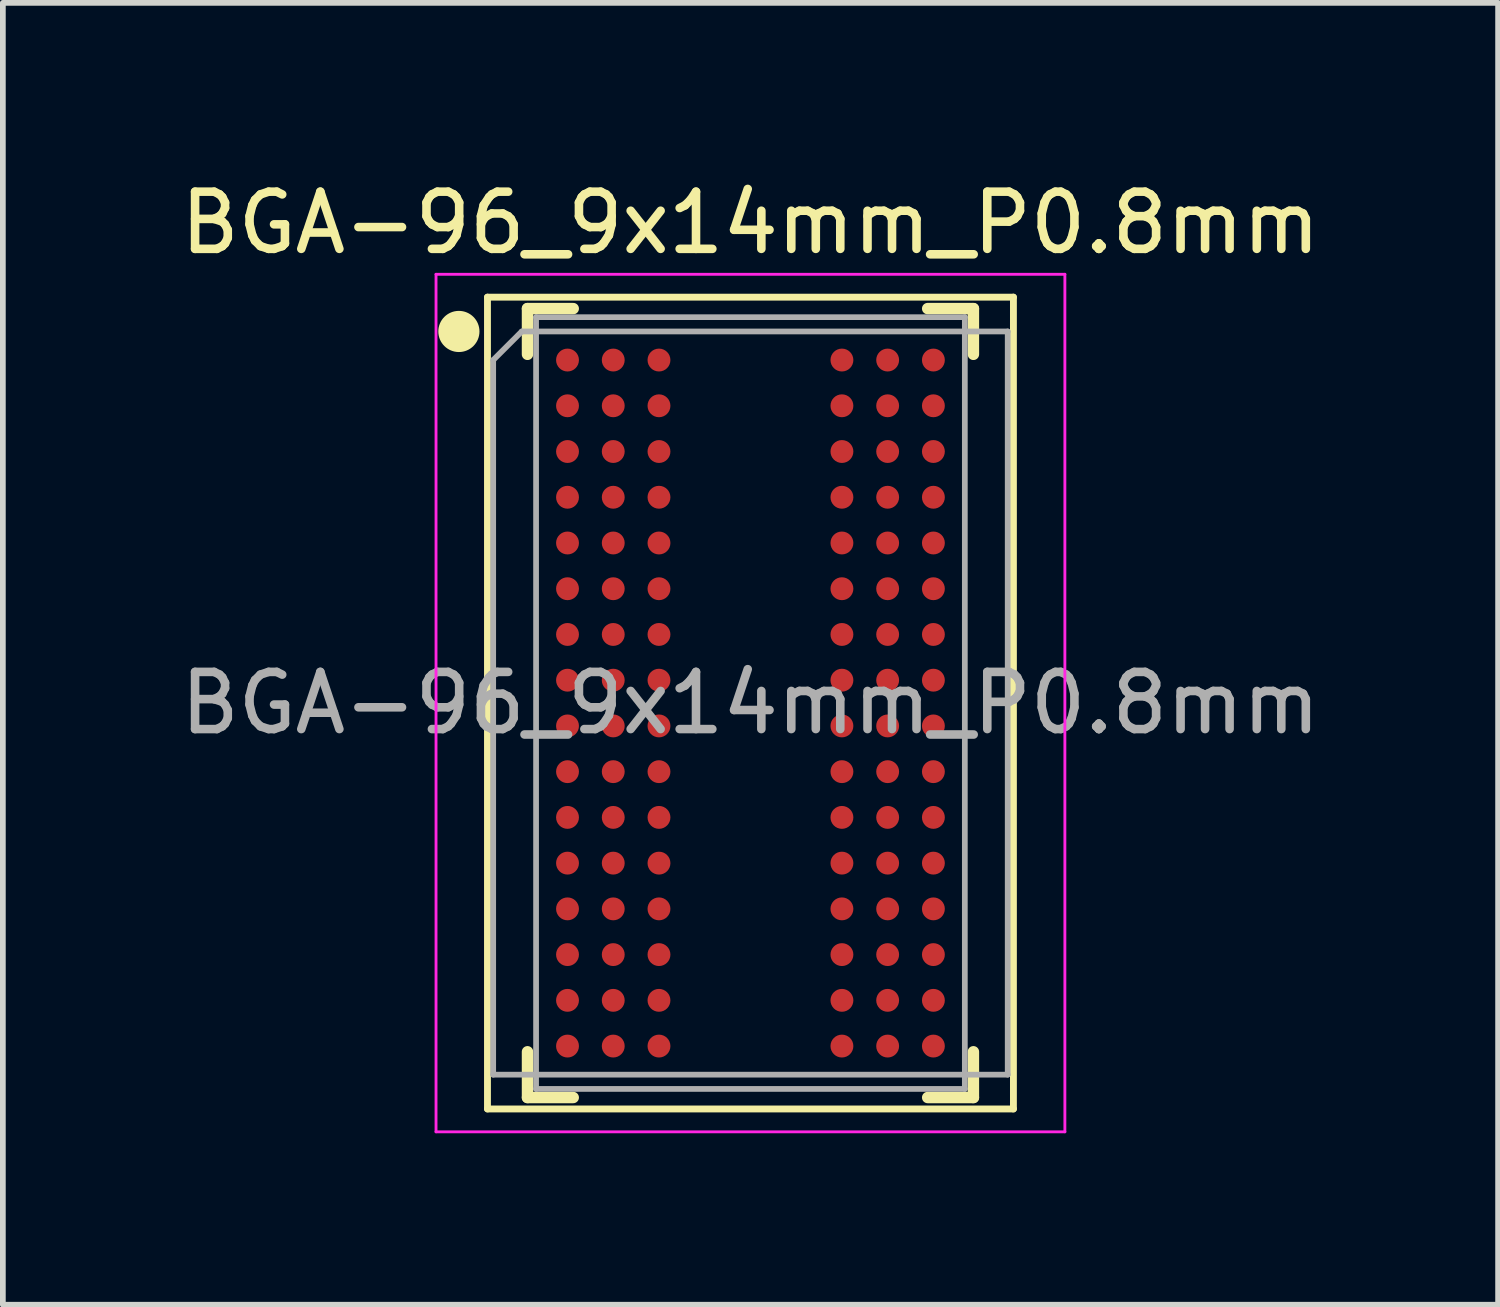
<source format=kicad_pcb>
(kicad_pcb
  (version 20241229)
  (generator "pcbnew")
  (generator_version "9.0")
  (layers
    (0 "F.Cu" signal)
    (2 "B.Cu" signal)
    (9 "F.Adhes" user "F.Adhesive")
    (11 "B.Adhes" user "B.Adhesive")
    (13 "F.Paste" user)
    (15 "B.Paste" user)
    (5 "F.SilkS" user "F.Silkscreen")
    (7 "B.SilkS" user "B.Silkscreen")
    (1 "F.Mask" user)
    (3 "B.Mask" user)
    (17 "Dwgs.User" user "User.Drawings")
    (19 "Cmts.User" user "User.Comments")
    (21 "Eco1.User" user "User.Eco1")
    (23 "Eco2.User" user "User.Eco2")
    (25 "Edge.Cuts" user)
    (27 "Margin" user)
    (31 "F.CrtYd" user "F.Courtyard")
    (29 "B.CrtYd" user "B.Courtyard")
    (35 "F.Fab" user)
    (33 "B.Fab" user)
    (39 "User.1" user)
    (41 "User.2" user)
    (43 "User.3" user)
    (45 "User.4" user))
  (footprint "BGA-96_9x14mm_P0.8mm"
    (layer "F.Cu")
    (at 10.077 9.248)
    (property "Reference" "BGA-96_9x14mm_P0.8mm" (at 0 -8.4 0) (layer "F.SilkS") (effects (font (size 1 1) (thickness 0.15))))
    (attr smd)
    (fp_line (start -4.6 -7.1) (end -4.6 7.1) (stroke (width 0.12) (type solid)) (layer "F.SilkS"))
    (fp_line (start -4.6 7.1) (end 4.6 7.1) (stroke (width 0.12) (type solid)) (layer "F.SilkS"))
    (fp_line (start -3.9 -6.9) (end -3.9 -6.1) (stroke (width 0.2) (type solid)) (layer "F.SilkS"))
    (fp_line (start -3.9 6.1) (end -3.9 6.9) (stroke (width 0.2) (type solid)) (layer "F.SilkS"))
    (fp_line (start -3.9 6.9) (end -3.1 6.9) (stroke (width 0.2) (type solid)) (layer "F.SilkS"))
    (fp_line (start -3.1 -6.9) (end -3.9 -6.9) (stroke (width 0.2) (type solid)) (layer "F.SilkS"))
    (fp_line (start 3.1 6.9) (end 3.9 6.9) (stroke (width 0.2) (type solid)) (layer "F.SilkS"))
    (fp_line (start 3.9 -6.9) (end 3.1 -6.9) (stroke (width 0.2) (type solid)) (layer "F.SilkS"))
    (fp_line (start 3.9 -6.1) (end 3.9 -6.9) (stroke (width 0.2) (type solid)) (layer "F.SilkS"))
    (fp_line (start 3.9 6.9) (end 3.9 6.1) (stroke (width 0.2) (type solid)) (layer "F.SilkS"))
    (fp_line (start 4.6 -7.1) (end -4.6 -7.1) (stroke (width 0.12) (type solid)) (layer "F.SilkS"))
    (fp_line (start 4.6 7.1) (end 4.6 -7.1) (stroke (width 0.12) (type solid)) (layer "F.SilkS"))
    (fp_circle (center -5.1 -6.5) (end -4.8 -6.5) (stroke (width 0.12) (type solid)) (fill yes) (layer "F.SilkS"))
    (fp_line (start -5.5 -7.5) (end -5.5 7.5) (stroke (width 0.05) (type solid)) (layer "F.CrtYd"))
    (fp_line (start -5.5 -7.5) (end 5.5 -7.5) (stroke (width 0.05) (type solid)) (layer "F.CrtYd"))
    (fp_line (start 5.5 7.5) (end -5.5 7.5) (stroke (width 0.05) (type solid)) (layer "F.CrtYd"))
    (fp_line (start 5.5 7.5) (end 5.5 -7.5) (stroke (width 0.05) (type solid)) (layer "F.CrtYd"))
    (fp_line (start -4.5 -6) (end -4.5 6.5) (stroke (width 0.1) (type solid)) (layer "F.Fab"))
    (fp_line (start -4.5 6.5) (end 4.5 6.5) (stroke (width 0.1) (type solid)) (layer "F.Fab"))
    (fp_line (start -4 -6.5) (end -4.5 -6) (stroke (width 0.1) (type solid)) (layer "F.Fab"))
    (fp_line (start -3.75 -6.75) (end 3.75 -6.75) (stroke (width 0.1) (type solid)) (layer "F.Fab"))
    (fp_line (start -3.75 6.75) (end -3.75 -6.75) (stroke (width 0.1) (type solid)) (layer "F.Fab"))
    (fp_line (start 3.75 -6.75) (end 3.75 6.75) (stroke (width 0.1) (type solid)) (layer "F.Fab"))
    (fp_line (start 3.75 6.75) (end -3.75 6.75) (stroke (width 0.1) (type solid)) (layer "F.Fab"))
    (fp_line (start 4.5 -6.5) (end -4 -6.5) (stroke (width 0.1) (type solid)) (layer "F.Fab"))
    (fp_line (start 4.5 6.5) (end 4.5 -6.5) (stroke (width 0.1) (type solid)) (layer "F.Fab"))
    (fp_text user "${REFERENCE}" (at 0 0 0) (layer "F.Fab") (effects (font (size 1 1) (thickness 0.15))))
    (pad "A1" smd circle (at -3.2 -6) (size 0.4 0.4) (layers "F.Cu" "F.Mask" "F.Paste"))
    (pad "A2" smd circle (at -2.4 -6) (size 0.4 0.4) (layers "F.Cu" "F.Mask" "F.Paste"))
    (pad "A3" smd circle (at -1.6 -6) (size 0.4 0.4) (layers "F.Cu" "F.Mask" "F.Paste"))
    (pad "A7" smd circle (at 1.6 -6) (size 0.4 0.4) (layers "F.Cu" "F.Mask" "F.Paste"))
    (pad "A8" smd circle (at 2.4 -6) (size 0.4 0.4) (layers "F.Cu" "F.Mask" "F.Paste"))
    (pad "A9" smd circle (at 3.2 -6) (size 0.4 0.4) (layers "F.Cu" "F.Mask" "F.Paste"))
    (pad "B1" smd circle (at -3.2 -5.2) (size 0.4 0.4) (layers "F.Cu" "F.Mask" "F.Paste"))
    (pad "B2" smd circle (at -2.4 -5.2) (size 0.4 0.4) (layers "F.Cu" "F.Mask" "F.Paste"))
    (pad "B3" smd circle (at -1.6 -5.2) (size 0.4 0.4) (layers "F.Cu" "F.Mask" "F.Paste"))
    (pad "B7" smd circle (at 1.6 -5.2) (size 0.4 0.4) (layers "F.Cu" "F.Mask" "F.Paste"))
    (pad "B8" smd circle (at 2.4 -5.2) (size 0.4 0.4) (layers "F.Cu" "F.Mask" "F.Paste"))
    (pad "B9" smd circle (at 3.2 -5.2) (size 0.4 0.4) (layers "F.Cu" "F.Mask" "F.Paste"))
    (pad "C1" smd circle (at -3.2 -4.4) (size 0.4 0.4) (layers "F.Cu" "F.Mask" "F.Paste"))
    (pad "C2" smd circle (at -2.4 -4.4) (size 0.4 0.4) (layers "F.Cu" "F.Mask" "F.Paste"))
    (pad "C3" smd circle (at -1.6 -4.4) (size 0.4 0.4) (layers "F.Cu" "F.Mask" "F.Paste"))
    (pad "C7" smd circle (at 1.6 -4.4) (size 0.4 0.4) (layers "F.Cu" "F.Mask" "F.Paste"))
    (pad "C8" smd circle (at 2.4 -4.4) (size 0.4 0.4) (layers "F.Cu" "F.Mask" "F.Paste"))
    (pad "C9" smd circle (at 3.2 -4.4) (size 0.4 0.4) (layers "F.Cu" "F.Mask" "F.Paste"))
    (pad "D1" smd circle (at -3.2 -3.6) (size 0.4 0.4) (layers "F.Cu" "F.Mask" "F.Paste"))
    (pad "D2" smd circle (at -2.4 -3.6) (size 0.4 0.4) (layers "F.Cu" "F.Mask" "F.Paste"))
    (pad "D3" smd circle (at -1.6 -3.6) (size 0.4 0.4) (layers "F.Cu" "F.Mask" "F.Paste"))
    (pad "D7" smd circle (at 1.6 -3.6) (size 0.4 0.4) (layers "F.Cu" "F.Mask" "F.Paste"))
    (pad "D8" smd circle (at 2.4 -3.6) (size 0.4 0.4) (layers "F.Cu" "F.Mask" "F.Paste"))
    (pad "D9" smd circle (at 3.2 -3.6) (size 0.4 0.4) (layers "F.Cu" "F.Mask" "F.Paste"))
    (pad "E1" smd circle (at -3.2 -2.8) (size 0.4 0.4) (layers "F.Cu" "F.Mask" "F.Paste"))
    (pad "E2" smd circle (at -2.4 -2.8) (size 0.4 0.4) (layers "F.Cu" "F.Mask" "F.Paste"))
    (pad "E3" smd circle (at -1.6 -2.8) (size 0.4 0.4) (layers "F.Cu" "F.Mask" "F.Paste"))
    (pad "E7" smd circle (at 1.6 -2.8) (size 0.4 0.4) (layers "F.Cu" "F.Mask" "F.Paste"))
    (pad "E8" smd circle (at 2.4 -2.8) (size 0.4 0.4) (layers "F.Cu" "F.Mask" "F.Paste"))
    (pad "E9" smd circle (at 3.2 -2.8) (size 0.4 0.4) (layers "F.Cu" "F.Mask" "F.Paste"))
    (pad "F1" smd circle (at -3.2 -2) (size 0.4 0.4) (layers "F.Cu" "F.Mask" "F.Paste"))
    (pad "F2" smd circle (at -2.4 -2) (size 0.4 0.4) (layers "F.Cu" "F.Mask" "F.Paste"))
    (pad "F3" smd circle (at -1.6 -2) (size 0.4 0.4) (layers "F.Cu" "F.Mask" "F.Paste"))
    (pad "F7" smd circle (at 1.6 -2) (size 0.4 0.4) (layers "F.Cu" "F.Mask" "F.Paste"))
    (pad "F8" smd circle (at 2.4 -2) (size 0.4 0.4) (layers "F.Cu" "F.Mask" "F.Paste"))
    (pad "F9" smd circle (at 3.2 -2) (size 0.4 0.4) (layers "F.Cu" "F.Mask" "F.Paste"))
    (pad "G1" smd circle (at -3.2 -1.2) (size 0.4 0.4) (layers "F.Cu" "F.Mask" "F.Paste"))
    (pad "G2" smd circle (at -2.4 -1.2) (size 0.4 0.4) (layers "F.Cu" "F.Mask" "F.Paste"))
    (pad "G3" smd circle (at -1.6 -1.2) (size 0.4 0.4) (layers "F.Cu" "F.Mask" "F.Paste"))
    (pad "G7" smd circle (at 1.6 -1.2) (size 0.4 0.4) (layers "F.Cu" "F.Mask" "F.Paste"))
    (pad "G8" smd circle (at 2.4 -1.2) (size 0.4 0.4) (layers "F.Cu" "F.Mask" "F.Paste"))
    (pad "G9" smd circle (at 3.2 -1.2) (size 0.4 0.4) (layers "F.Cu" "F.Mask" "F.Paste"))
    (pad "H1" smd circle (at -3.2 -0.4) (size 0.4 0.4) (layers "F.Cu" "F.Mask" "F.Paste"))
    (pad "H2" smd circle (at -2.4 -0.4) (size 0.4 0.4) (layers "F.Cu" "F.Mask" "F.Paste"))
    (pad "H3" smd circle (at -1.6 -0.4) (size 0.4 0.4) (layers "F.Cu" "F.Mask" "F.Paste"))
    (pad "H7" smd circle (at 1.6 -0.4) (size 0.4 0.4) (layers "F.Cu" "F.Mask" "F.Paste"))
    (pad "H8" smd circle (at 2.4 -0.4) (size 0.4 0.4) (layers "F.Cu" "F.Mask" "F.Paste"))
    (pad "H9" smd circle (at 3.2 -0.4) (size 0.4 0.4) (layers "F.Cu" "F.Mask" "F.Paste"))
    (pad "J1" smd circle (at -3.2 0.4) (size 0.4 0.4) (layers "F.Cu" "F.Mask" "F.Paste"))
    (pad "J2" smd circle (at -2.4 0.4) (size 0.4 0.4) (layers "F.Cu" "F.Mask" "F.Paste"))
    (pad "J3" smd circle (at -1.6 0.4) (size 0.4 0.4) (layers "F.Cu" "F.Mask" "F.Paste"))
    (pad "J7" smd circle (at 1.6 0.4) (size 0.4 0.4) (layers "F.Cu" "F.Mask" "F.Paste"))
    (pad "J8" smd circle (at 2.4 0.4) (size 0.4 0.4) (layers "F.Cu" "F.Mask" "F.Paste"))
    (pad "J9" smd circle (at 3.2 0.4) (size 0.4 0.4) (layers "F.Cu" "F.Mask" "F.Paste"))
    (pad "K1" smd circle (at -3.2 1.2) (size 0.4 0.4) (layers "F.Cu" "F.Mask" "F.Paste"))
    (pad "K2" smd circle (at -2.4 1.2) (size 0.4 0.4) (layers "F.Cu" "F.Mask" "F.Paste"))
    (pad "K3" smd circle (at -1.6 1.2) (size 0.4 0.4) (layers "F.Cu" "F.Mask" "F.Paste"))
    (pad "K7" smd circle (at 1.6 1.2) (size 0.4 0.4) (layers "F.Cu" "F.Mask" "F.Paste"))
    (pad "K8" smd circle (at 2.4 1.2) (size 0.4 0.4) (layers "F.Cu" "F.Mask" "F.Paste"))
    (pad "K9" smd circle (at 3.2 1.2) (size 0.4 0.4) (layers "F.Cu" "F.Mask" "F.Paste"))
    (pad "L1" smd circle (at -3.2 2) (size 0.4 0.4) (layers "F.Cu" "F.Mask" "F.Paste"))
    (pad "L2" smd circle (at -2.4 2) (size 0.4 0.4) (layers "F.Cu" "F.Mask" "F.Paste"))
    (pad "L3" smd circle (at -1.6 2) (size 0.4 0.4) (layers "F.Cu" "F.Mask" "F.Paste"))
    (pad "L7" smd circle (at 1.6 2) (size 0.4 0.4) (layers "F.Cu" "F.Mask" "F.Paste"))
    (pad "L8" smd circle (at 2.4 2) (size 0.4 0.4) (layers "F.Cu" "F.Mask" "F.Paste"))
    (pad "L9" smd circle (at 3.2 2) (size 0.4 0.4) (layers "F.Cu" "F.Mask" "F.Paste"))
    (pad "M1" smd circle (at -3.2 2.8) (size 0.4 0.4) (layers "F.Cu" "F.Mask" "F.Paste"))
    (pad "M2" smd circle (at -2.4 2.8) (size 0.4 0.4) (layers "F.Cu" "F.Mask" "F.Paste"))
    (pad "M3" smd circle (at -1.6 2.8) (size 0.4 0.4) (layers "F.Cu" "F.Mask" "F.Paste"))
    (pad "M7" smd circle (at 1.6 2.8) (size 0.4 0.4) (layers "F.Cu" "F.Mask" "F.Paste"))
    (pad "M8" smd circle (at 2.4 2.8) (size 0.4 0.4) (layers "F.Cu" "F.Mask" "F.Paste"))
    (pad "M9" smd circle (at 3.2 2.8) (size 0.4 0.4) (layers "F.Cu" "F.Mask" "F.Paste"))
    (pad "N1" smd circle (at -3.2 3.6) (size 0.4 0.4) (layers "F.Cu" "F.Mask" "F.Paste"))
    (pad "N2" smd circle (at -2.4 3.6) (size 0.4 0.4) (layers "F.Cu" "F.Mask" "F.Paste"))
    (pad "N3" smd circle (at -1.6 3.6) (size 0.4 0.4) (layers "F.Cu" "F.Mask" "F.Paste"))
    (pad "N7" smd circle (at 1.6 3.6) (size 0.4 0.4) (layers "F.Cu" "F.Mask" "F.Paste"))
    (pad "N8" smd circle (at 2.4 3.6) (size 0.4 0.4) (layers "F.Cu" "F.Mask" "F.Paste"))
    (pad "N9" smd circle (at 3.2 3.6) (size 0.4 0.4) (layers "F.Cu" "F.Mask" "F.Paste"))
    (pad "P1" smd circle (at -3.2 4.4) (size 0.4 0.4) (layers "F.Cu" "F.Mask" "F.Paste"))
    (pad "P2" smd circle (at -2.4 4.4) (size 0.4 0.4) (layers "F.Cu" "F.Mask" "F.Paste"))
    (pad "P3" smd circle (at -1.6 4.4) (size 0.4 0.4) (layers "F.Cu" "F.Mask" "F.Paste"))
    (pad "P7" smd circle (at 1.6 4.4) (size 0.4 0.4) (layers "F.Cu" "F.Mask" "F.Paste"))
    (pad "P8" smd circle (at 2.4 4.4) (size 0.4 0.4) (layers "F.Cu" "F.Mask" "F.Paste"))
    (pad "P9" smd circle (at 3.2 4.4) (size 0.4 0.4) (layers "F.Cu" "F.Mask" "F.Paste"))
    (pad "R1" smd circle (at -3.2 5.2) (size 0.4 0.4) (layers "F.Cu" "F.Mask" "F.Paste"))
    (pad "R2" smd circle (at -2.4 5.2) (size 0.4 0.4) (layers "F.Cu" "F.Mask" "F.Paste"))
    (pad "R3" smd circle (at -1.6 5.2) (size 0.4 0.4) (layers "F.Cu" "F.Mask" "F.Paste"))
    (pad "R7" smd circle (at 1.6 5.2) (size 0.4 0.4) (layers "F.Cu" "F.Mask" "F.Paste"))
    (pad "R8" smd circle (at 2.4 5.2) (size 0.4 0.4) (layers "F.Cu" "F.Mask" "F.Paste"))
    (pad "R9" smd circle (at 3.2 5.2) (size 0.4 0.4) (layers "F.Cu" "F.Mask" "F.Paste"))
    (pad "T1" smd circle (at -3.2 6) (size 0.4 0.4) (layers "F.Cu" "F.Mask" "F.Paste"))
    (pad "T2" smd circle (at -2.4 6) (size 0.4 0.4) (layers "F.Cu" "F.Mask" "F.Paste"))
    (pad "T3" smd circle (at -1.6 6) (size 0.4 0.4) (layers "F.Cu" "F.Mask" "F.Paste"))
    (pad "T7" smd circle (at 1.6 6) (size 0.4 0.4) (layers "F.Cu" "F.Mask" "F.Paste"))
    (pad "T8" smd circle (at 2.4 6) (size 0.4 0.4) (layers "F.Cu" "F.Mask" "F.Paste"))
    (pad "T9" smd circle (at 3.2 6) (size 0.4 0.4) (layers "F.Cu" "F.Mask" "F.Paste")))
  (gr_rect
    (start -3 -3)
    (end 23.155 19.773)
    (stroke (width 0.1) (type default))
    (fill no)
    (layer "Edge.Cuts")))
</source>
